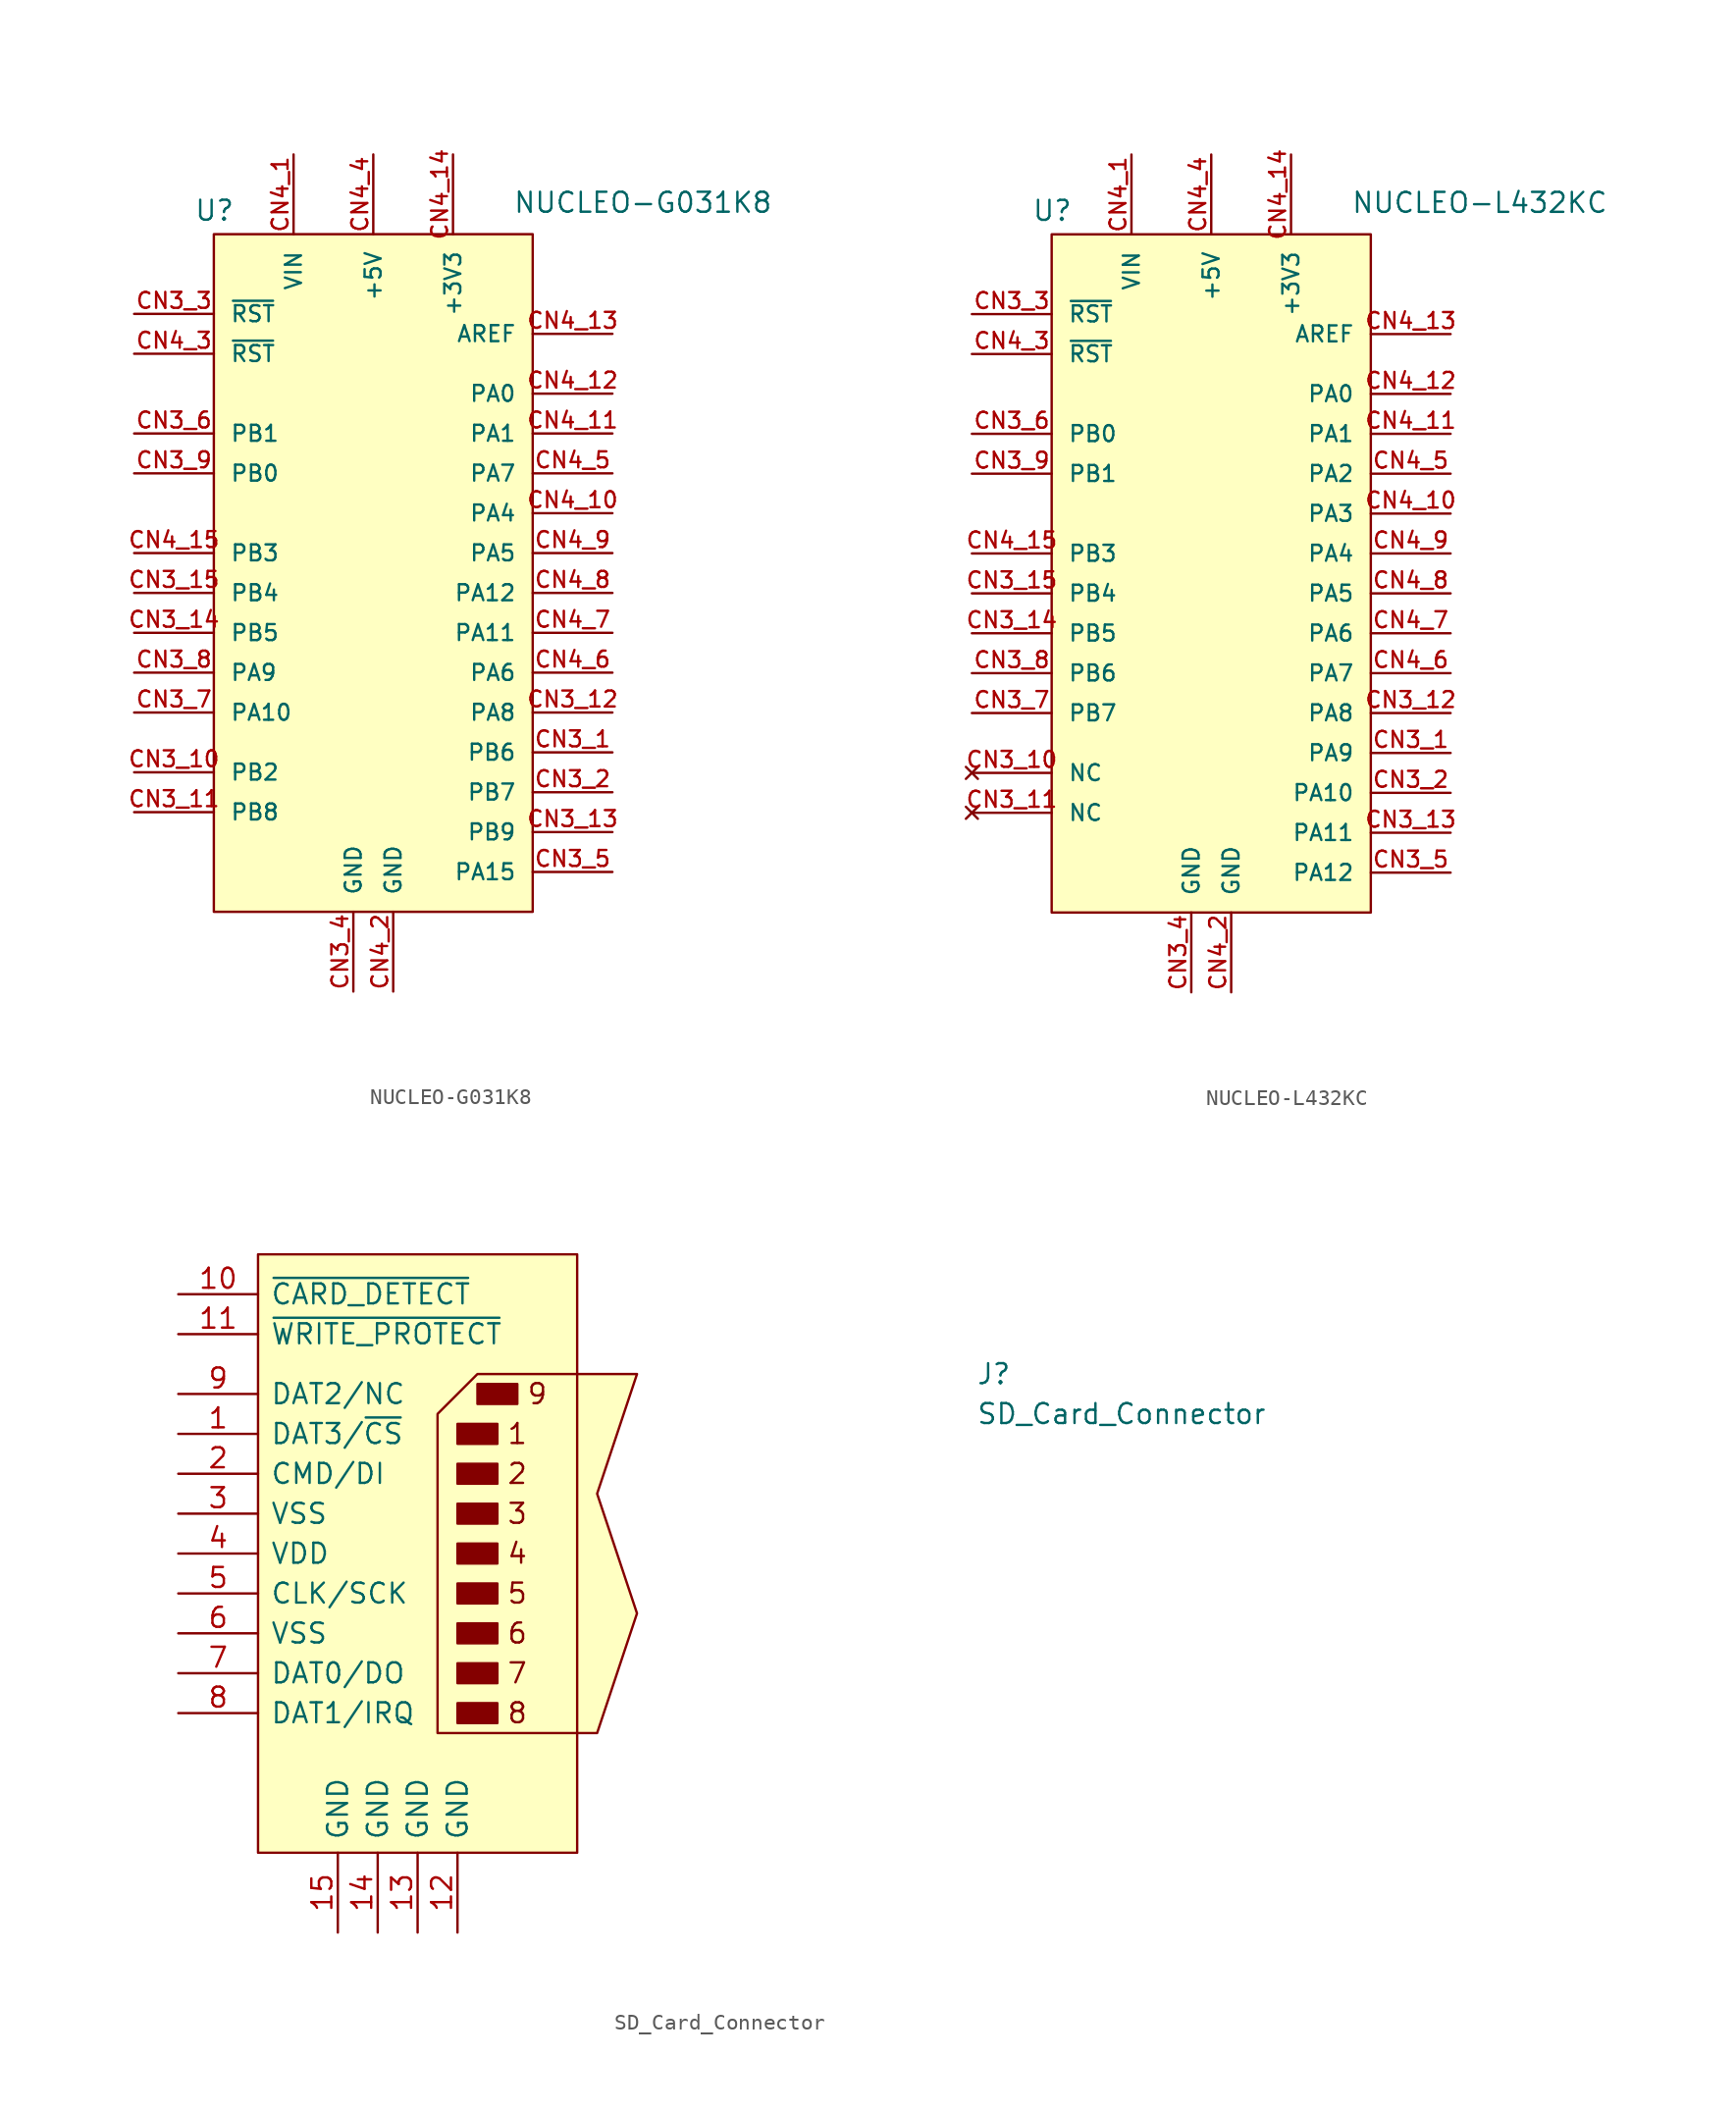
<source format=kicad_sym>
(kicad_symbol_lib
  (version 20211014)
  (generator kicad_symbol_editor)
  (symbol "NUCLEO-G031K8"
    (pin_names
      (offset 1.016))
    (property "Reference" "U"
      (at -11.43 18.542 0)
      (effects (font (size 1.27 1.27)) (justify left bottom)))
    (property "Value" "NUCLEO-G031K8"
      (at 8.89 19.05 0)
      (effects (font (size 1.27 1.27)) (justify left bottom)))
    (symbol "NUCLEO-G031K8_0_0"
      (rectangle (start -10.16 -25.4) (end 10.16 17.78) (stroke (width 0.152) (type default) (color 0 0 0 0)) (fill (type background)))
      (pin bidirectional line (at 15.24 -15.24 180) (length 5.08) (name "PB6" (effects (font (size 1.016 1.016)))) (number "CN3_1" (effects (font (size 1.016 1.016)))))
      (pin bidirectional line (at -15.24 -16.51 0) (length 5.08) (name "PB2" (effects (font (size 1.016 1.016)))) (number "CN3_10" (effects (font (size 1.016 1.016)))))
      (pin bidirectional line (at -15.24 -19.05 0) (length 5.08) (name "PB8" (effects (font (size 1.016 1.016)))) (number "CN3_11" (effects (font (size 1.016 1.016)))))
      (pin bidirectional line (at 15.24 -12.7 180) (length 5.08) (name "PA8" (effects (font (size 1.016 1.016)))) (number "CN3_12" (effects (font (size 1.016 1.016)))))
      (pin bidirectional line (at 15.24 -20.32 180) (length 5.08) (name "PB9" (effects (font (size 1.016 1.016)))) (number "CN3_13" (effects (font (size 1.016 1.016)))))
      (pin bidirectional line (at -15.24 -7.62 0) (length 5.08) (name "PB5" (effects (font (size 1.016 1.016)))) (number "CN3_14" (effects (font (size 1.016 1.016)))))
      (pin bidirectional line (at -15.24 -5.08 0) (length 5.08) (name "PB4" (effects (font (size 1.016 1.016)))) (number "CN3_15" (effects (font (size 1.016 1.016)))))
      (pin bidirectional line (at 15.24 -17.78 180) (length 5.08) (name "PB7" (effects (font (size 1.016 1.016)))) (number "CN3_2" (effects (font (size 1.016 1.016)))))
      (pin bidirectional line (at -15.24 12.7 0) (length 5.08) (name "~{RST}" (effects (font (size 1.016 1.016)))) (number "CN3_3" (effects (font (size 1.016 1.016)))))
      (pin power_in line (at -1.27 -30.48 90) (length 5.08) (name "GND" (effects (font (size 1.016 1.016)))) (number "CN3_4" (effects (font (size 1.016 1.016)))))
      (pin bidirectional line (at 15.24 -22.86 180) (length 5.08) (name "PA15" (effects (font (size 1.016 1.016)))) (number "CN3_5" (effects (font (size 1.016 1.016)))))
      (pin bidirectional line (at -15.24 5.08 0) (length 5.08) (name "PB1" (effects (font (size 1.016 1.016)))) (number "CN3_6" (effects (font (size 1.016 1.016)))))
      (pin bidirectional line (at -15.24 -12.7 0) (length 5.08) (name "PA10" (effects (font (size 1.016 1.016)))) (number "CN3_7" (effects (font (size 1.016 1.016)))))
      (pin bidirectional line (at -15.24 -10.16 0) (length 5.08) (name "PA9" (effects (font (size 1.016 1.016)))) (number "CN3_8" (effects (font (size 1.016 1.016)))))
      (pin bidirectional line (at -15.24 2.54 0) (length 5.08) (name "PB0" (effects (font (size 1.016 1.016)))) (number "CN3_9" (effects (font (size 1.016 1.016)))))
      (pin input line (at -5.08 22.86 270) (length 5.08) (name "VIN" (effects (font (size 1.016 1.016)))) (number "CN4_1" (effects (font (size 1.016 1.016)))))
      (pin bidirectional line (at 15.24 0 180) (length 5.08) (name "PA4" (effects (font (size 1.016 1.016)))) (number "CN4_10" (effects (font (size 1.016 1.016)))))
      (pin bidirectional line (at 15.24 5.08 180) (length 5.08) (name "PA1" (effects (font (size 1.016 1.016)))) (number "CN4_11" (effects (font (size 1.016 1.016)))))
      (pin bidirectional line (at 15.24 7.62 180) (length 5.08) (name "PA0" (effects (font (size 1.016 1.016)))) (number "CN4_12" (effects (font (size 1.016 1.016)))))
      (pin bidirectional line (at 15.24 11.43 180) (length 5.08) (name "AREF" (effects (font (size 1.016 1.016)))) (number "CN4_13" (effects (font (size 1.016 1.016)))))
      (pin power_in line (at 5.08 22.86 270) (length 5.08) (name "+3V3" (effects (font (size 1.016 1.016)))) (number "CN4_14" (effects (font (size 1.016 1.016)))))
      (pin bidirectional line (at -15.24 -2.54 0) (length 5.08) (name "PB3" (effects (font (size 1.016 1.016)))) (number "CN4_15" (effects (font (size 1.016 1.016)))))
      (pin power_in line (at 1.27 -30.48 90) (length 5.08) (name "GND" (effects (font (size 1.016 1.016)))) (number "CN4_2" (effects (font (size 1.016 1.016)))))
      (pin bidirectional line (at -15.24 10.16 0) (length 5.08) (name "~{RST}" (effects (font (size 1.016 1.016)))) (number "CN4_3" (effects (font (size 1.016 1.016)))))
      (pin power_in line (at 0 22.86 270) (length 5.08) (name "+5V" (effects (font (size 1.016 1.016)))) (number "CN4_4" (effects (font (size 1.016 1.016)))))
      (pin bidirectional line (at 15.24 2.54 180) (length 5.08) (name "PA7" (effects (font (size 1.016 1.016)))) (number "CN4_5" (effects (font (size 1.016 1.016)))))
      (pin bidirectional line (at 15.24 -10.16 180) (length 5.08) (name "PA6" (effects (font (size 1.016 1.016)))) (number "CN4_6" (effects (font (size 1.016 1.016)))))
      (pin bidirectional line (at 15.24 -7.62 180) (length 5.08) (name "PA11" (effects (font (size 1.016 1.016)))) (number "CN4_7" (effects (font (size 1.016 1.016)))))
      (pin bidirectional line (at 15.24 -5.08 180) (length 5.08) (name "PA12" (effects (font (size 1.016 1.016)))) (number "CN4_8" (effects (font (size 1.016 1.016)))))
      (pin bidirectional line (at 15.24 -2.54 180) (length 5.08) (name "PA5" (effects (font (size 1.016 1.016)))) (number "CN4_9" (effects (font (size 1.016 1.016)))))))
  (symbol "NUCLEO-L432KC"
    (pin_names
      (offset 1.016))
    (property "Reference" "U"
      (at -11.43 18.542 0)
      (effects (font (size 1.27 1.27)) (justify left bottom)))
    (property "Value" "NUCLEO-L432KC"
      (at 8.89 19.05 0)
      (effects (font (size 1.27 1.27)) (justify left bottom)))
    (symbol "NUCLEO-L432KC_0_0"
      (rectangle (start -10.16 -25.4) (end 10.16 17.78) (stroke (width 0.152) (type default) (color 0 0 0 0)) (fill (type background)))
      (pin bidirectional line (at 15.24 -15.24 180) (length 5.08) (name "PA9" (effects (font (size 1.016 1.016)))) (number "CN3_1" (effects (font (size 1.016 1.016)))))
      (pin no_connect line (at -15.24 -16.51 0) (length 5.08) (name "NC" (effects (font (size 1.016 1.016)))) (number "CN3_10" (effects (font (size 1.016 1.016)))))
      (pin no_connect line (at -15.24 -19.05 0) (length 5.08) (name "NC" (effects (font (size 1.016 1.016)))) (number "CN3_11" (effects (font (size 1.016 1.016)))))
      (pin bidirectional line (at 15.24 -12.7 180) (length 5.08) (name "PA8" (effects (font (size 1.016 1.016)))) (number "CN3_12" (effects (font (size 1.016 1.016)))))
      (pin bidirectional line (at 15.24 -20.32 180) (length 5.08) (name "PA11" (effects (font (size 1.016 1.016)))) (number "CN3_13" (effects (font (size 1.016 1.016)))))
      (pin bidirectional line (at -15.24 -7.62 0) (length 5.08) (name "PB5" (effects (font (size 1.016 1.016)))) (number "CN3_14" (effects (font (size 1.016 1.016)))))
      (pin bidirectional line (at -15.24 -5.08 0) (length 5.08) (name "PB4" (effects (font (size 1.016 1.016)))) (number "CN3_15" (effects (font (size 1.016 1.016)))))
      (pin bidirectional line (at 15.24 -17.78 180) (length 5.08) (name "PA10" (effects (font (size 1.016 1.016)))) (number "CN3_2" (effects (font (size 1.016 1.016)))))
      (pin bidirectional line (at -15.24 12.7 0) (length 5.08) (name "~{RST}" (effects (font (size 1.016 1.016)))) (number "CN3_3" (effects (font (size 1.016 1.016)))))
      (pin power_in line (at -1.27 -30.48 90) (length 5.08) (name "GND" (effects (font (size 1.016 1.016)))) (number "CN3_4" (effects (font (size 1.016 1.016)))))
      (pin bidirectional line (at 15.24 -22.86 180) (length 5.08) (name "PA12" (effects (font (size 1.016 1.016)))) (number "CN3_5" (effects (font (size 1.016 1.016)))))
      (pin bidirectional line (at -15.24 5.08 0) (length 5.08) (name "PB0" (effects (font (size 1.016 1.016)))) (number "CN3_6" (effects (font (size 1.016 1.016)))))
      (pin bidirectional line (at -15.24 -12.7 0) (length 5.08) (name "PB7" (effects (font (size 1.016 1.016)))) (number "CN3_7" (effects (font (size 1.016 1.016)))))
      (pin bidirectional line (at -15.24 -10.16 0) (length 5.08) (name "PB6" (effects (font (size 1.016 1.016)))) (number "CN3_8" (effects (font (size 1.016 1.016)))))
      (pin bidirectional line (at -15.24 2.54 0) (length 5.08) (name "PB1" (effects (font (size 1.016 1.016)))) (number "CN3_9" (effects (font (size 1.016 1.016)))))
      (pin input line (at -5.08 22.86 270) (length 5.08) (name "VIN" (effects (font (size 1.016 1.016)))) (number "CN4_1" (effects (font (size 1.016 1.016)))))
      (pin bidirectional line (at 15.24 0 180) (length 5.08) (name "PA3" (effects (font (size 1.016 1.016)))) (number "CN4_10" (effects (font (size 1.016 1.016)))))
      (pin bidirectional line (at 15.24 5.08 180) (length 5.08) (name "PA1" (effects (font (size 1.016 1.016)))) (number "CN4_11" (effects (font (size 1.016 1.016)))))
      (pin bidirectional line (at 15.24 7.62 180) (length 5.08) (name "PA0" (effects (font (size 1.016 1.016)))) (number "CN4_12" (effects (font (size 1.016 1.016)))))
      (pin bidirectional line (at 15.24 11.43 180) (length 5.08) (name "AREF" (effects (font (size 1.016 1.016)))) (number "CN4_13" (effects (font (size 1.016 1.016)))))
      (pin power_in line (at 5.08 22.86 270) (length 5.08) (name "+3V3" (effects (font (size 1.016 1.016)))) (number "CN4_14" (effects (font (size 1.016 1.016)))))
      (pin bidirectional line (at -15.24 -2.54 0) (length 5.08) (name "PB3" (effects (font (size 1.016 1.016)))) (number "CN4_15" (effects (font (size 1.016 1.016)))))
      (pin power_in line (at 1.27 -30.48 90) (length 5.08) (name "GND" (effects (font (size 1.016 1.016)))) (number "CN4_2" (effects (font (size 1.016 1.016)))))
      (pin bidirectional line (at -15.24 10.16 0) (length 5.08) (name "~{RST}" (effects (font (size 1.016 1.016)))) (number "CN4_3" (effects (font (size 1.016 1.016)))))
      (pin power_in line (at 0 22.86 270) (length 5.08) (name "+5V" (effects (font (size 1.016 1.016)))) (number "CN4_4" (effects (font (size 1.016 1.016)))))
      (pin bidirectional line (at 15.24 2.54 180) (length 5.08) (name "PA2" (effects (font (size 1.016 1.016)))) (number "CN4_5" (effects (font (size 1.016 1.016)))))
      (pin bidirectional line (at 15.24 -10.16 180) (length 5.08) (name "PA7" (effects (font (size 1.016 1.016)))) (number "CN4_6" (effects (font (size 1.016 1.016)))))
      (pin bidirectional line (at 15.24 -7.62 180) (length 5.08) (name "PA6" (effects (font (size 1.016 1.016)))) (number "CN4_7" (effects (font (size 1.016 1.016)))))
      (pin bidirectional line (at 15.24 -5.08 180) (length 5.08) (name "PA5" (effects (font (size 1.016 1.016)))) (number "CN4_8" (effects (font (size 1.016 1.016)))))
      (pin bidirectional line (at 15.24 -2.54 180) (length 5.08) (name "PA4" (effects (font (size 1.016 1.016)))) (number "CN4_9" (effects (font (size 1.016 1.016)))))))
  (symbol "SD_Card_Connector"
    (pin_names
      (offset 0.762))
    (property "Reference" "J"
      (at 36.83 19.05 0)
      (effects (font (size 1.27 1.27)) (justify left)))
    (property "Value" "SD_Card_Connector"
      (at 36.83 16.51 0)
      (effects (font (size 1.27 1.27)) (justify left)))
    (symbol "SD_Card_Connector_0_0"
      (text "1" (at 7.62 15.24 0) (effects (font (size 1.27 1.27))))
      (text "2" (at 7.62 12.7 0) (effects (font (size 1.27 1.27))))
      (text "3" (at 7.62 10.16 0) (effects (font (size 1.27 1.27))))
      (text "4" (at 7.62 7.62 0) (effects (font (size 1.27 1.27))))
      (text "5" (at 7.62 5.08 0) (effects (font (size 1.27 1.27))))
      (text "6" (at 7.62 2.54 0) (effects (font (size 1.27 1.27))))
      (text "7" (at 7.62 0 0) (effects (font (size 1.27 1.27))))
      (text "8" (at 7.62 -2.54 0) (effects (font (size 1.27 1.27))))
      (text "9" (at 8.89 17.78 0) (effects (font (size 1.27 1.27))))
      (pin passive line (at -13.97 15.24 0) (length 5.08) (name "DAT3/~{CS}" (effects (font (size 1.27 1.27)))) (number "1" (effects (font (size 1.27 1.27)))))
      (pin passive line (at -13.97 24.13 0) (length 5.08) (name "~{CARD_DETECT}" (effects (font (size 1.27 1.27)))) (number "10" (effects (font (size 1.27 1.27)))))
      (pin passive line (at -13.97 21.59 0) (length 5.08) (name "~{WRITE_PROTECT}" (effects (font (size 1.27 1.27)))) (number "11" (effects (font (size 1.27 1.27)))))
      (pin passive line (at 3.81 -16.51 90) (length 5.08) (name "GND" (effects (font (size 1.27 1.27)))) (number "12" (effects (font (size 1.27 1.27)))))
      (pin passive line (at 1.27 -16.51 90) (length 5.08) (name "GND" (effects (font (size 1.27 1.27)))) (number "13" (effects (font (size 1.27 1.27)))))
      (pin passive line (at -1.27 -16.51 90) (length 5.08) (name "GND" (effects (font (size 1.27 1.27)))) (number "14" (effects (font (size 1.27 1.27)))))
      (pin passive line (at -3.81 -16.51 90) (length 5.08) (name "GND" (effects (font (size 1.27 1.27)))) (number "15" (effects (font (size 1.27 1.27)))))
      (pin passive line (at -13.97 12.7 0) (length 5.08) (name "CMD/DI" (effects (font (size 1.27 1.27)))) (number "2" (effects (font (size 1.27 1.27)))))
      (pin passive line (at -13.97 10.16 0) (length 5.08) (name "VSS" (effects (font (size 1.27 1.27)))) (number "3" (effects (font (size 1.27 1.27)))))
      (pin passive line (at -13.97 7.62 0) (length 5.08) (name "VDD" (effects (font (size 1.27 1.27)))) (number "4" (effects (font (size 1.27 1.27)))))
      (pin passive line (at -13.97 5.08 0) (length 5.08) (name "CLK/SCK" (effects (font (size 1.27 1.27)))) (number "5" (effects (font (size 1.27 1.27)))))
      (pin passive line (at -13.97 2.54 0) (length 5.08) (name "VSS" (effects (font (size 1.27 1.27)))) (number "6" (effects (font (size 1.27 1.27)))))
      (pin passive line (at -13.97 0 0) (length 5.08) (name "DAT0/DO" (effects (font (size 1.27 1.27)))) (number "7" (effects (font (size 1.27 1.27)))))
      (pin passive line (at -13.97 -2.54 0) (length 5.08) (name "DAT1/IRQ" (effects (font (size 1.27 1.27)))) (number "8" (effects (font (size 1.27 1.27)))))
      (pin passive line (at -13.97 17.78 0) (length 5.08) (name "DAT2/NC" (effects (font (size 1.27 1.27)))) (number "9" (effects (font (size 1.27 1.27))))))
    (symbol "SD_Card_Connector_0_1"
      (polyline (pts (xy -8.89 26.67) (xy 11.43 26.67) (xy 11.43 -11.43) (xy -8.89 -11.43) (xy -8.89 26.67)) (stroke (width 0.152) (type default) (color 0 0 0 0)) (fill (type background))))
    (symbol "SD_Card_Connector_1_1"
      (polyline (pts (xy 2.54 16.51) (xy 5.08 19.05) (xy 15.24 19.05) (xy 13.97 15.24) (xy 12.7 11.43) (xy 13.97 7.62) (xy 15.24 3.81) (xy 13.97 0) (xy 12.7 -3.81) (xy 2.54 -3.81) (xy 2.54 16.51)) (stroke (width 0) (type default) (color 0 0 0 0)) (fill (type background)))
      (rectangle (start 3.81 -1.905) (end 6.35 -3.175) (stroke (width 0) (type default) (color 0 0 0 0)) (fill (type outline)))
      (rectangle (start 3.81 0.635) (end 6.35 -0.635) (stroke (width 0) (type default) (color 0 0 0 0)) (fill (type outline)))
      (rectangle (start 3.81 3.175) (end 6.35 1.905) (stroke (width 0) (type default) (color 0 0 0 0)) (fill (type outline)))
      (rectangle (start 3.81 5.715) (end 6.35 4.445) (stroke (width 0) (type default) (color 0 0 0 0)) (fill (type outline)))
      (rectangle (start 3.81 8.255) (end 6.35 6.985) (stroke (width 0) (type default) (color 0 0 0 0)) (fill (type outline)))
      (rectangle (start 3.81 10.795) (end 6.35 9.525) (stroke (width 0) (type default) (color 0 0 0 0)) (fill (type outline)))
      (rectangle (start 3.81 13.335) (end 6.35 12.065) (stroke (width 0) (type default) (color 0 0 0 0)) (fill (type outline)))
      (rectangle (start 3.81 15.875) (end 6.35 14.605) (stroke (width 0) (type default) (color 0 0 0 0)) (fill (type outline)))
      (rectangle (start 5.08 18.415) (end 7.62 17.145) (stroke (width 0) (type default) (color 0 0 0 0)) (fill (type outline))))))
</source>
